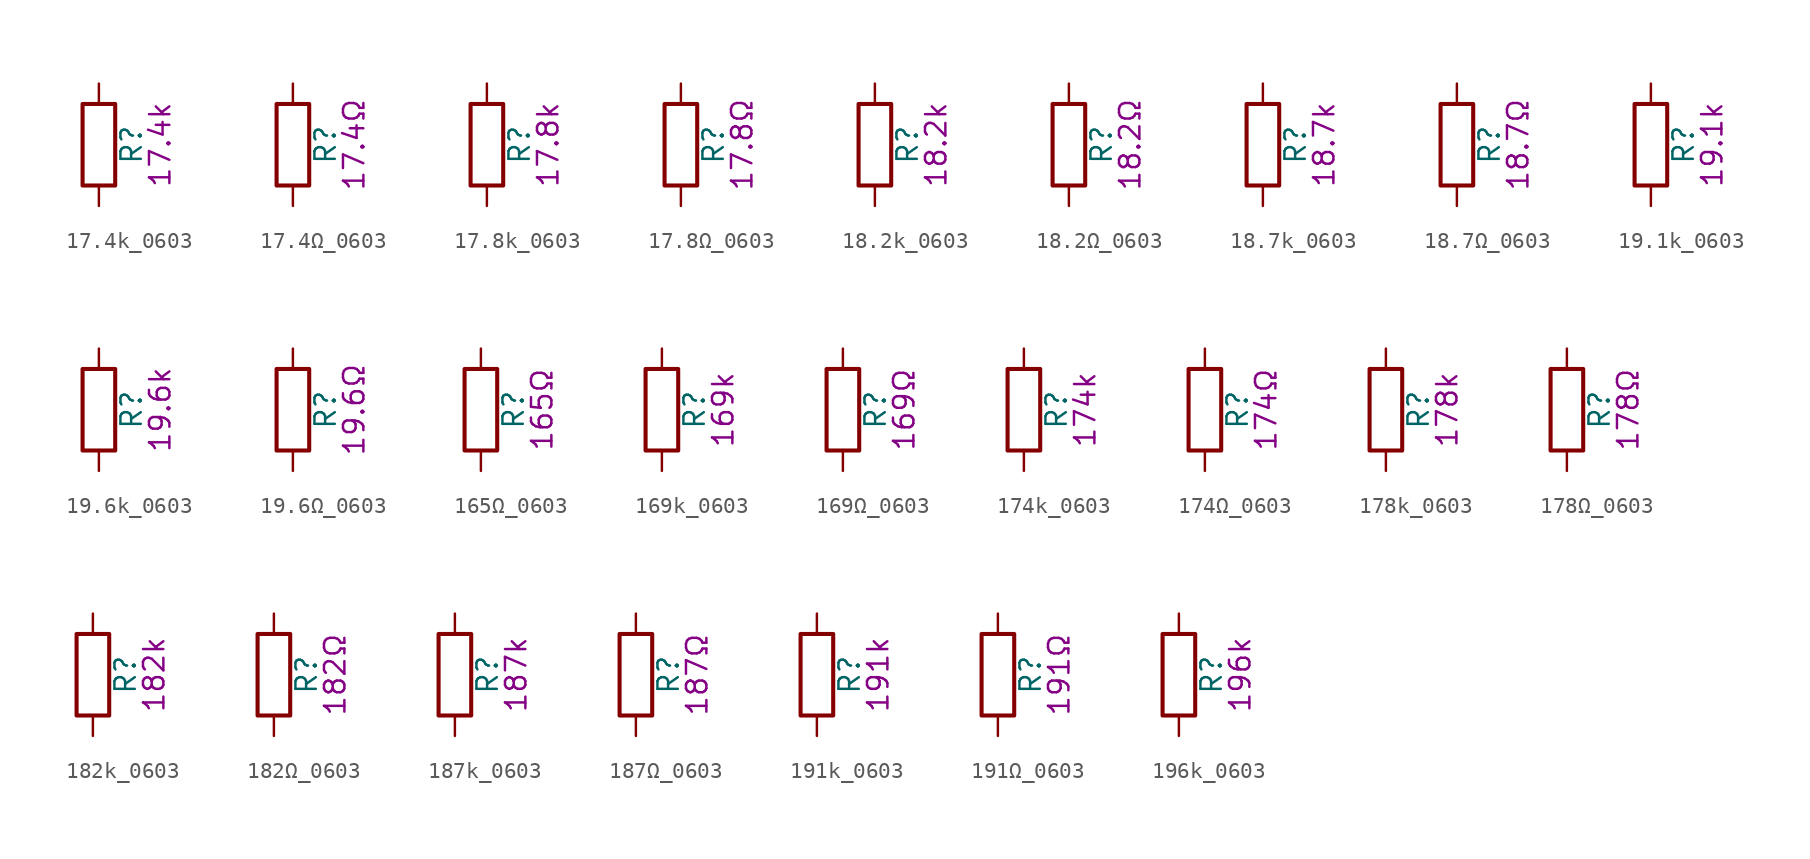
<source format=kicad_sym>
(kicad_symbol_lib
  (version 20211014)
  (generator kicad_symbol_editor)
  (symbol "17.4k_0603"
    (pin_numbers hide)
    (pin_names
      (offset 0))
    (property "Reference" "R"
      (at 2.032 0 90)
      (effects (font (size 1.27 1.27))))
    (property "Display" "17.4k"
      (at 3.81 0 90)
      (effects (font (size 1.27 1.27))))
    (symbol "17.4k_0603_0_1"
      (rectangle (start -1.016 -2.54) (end 1.016 2.54) (stroke (width 0.254) (type default) (color 0 0 0 0)) (fill (type none))))
    (symbol "17.4k_0603_1_1"
      (pin passive line (at 0 3.81 270) (length 1.27) (name "~" (effects (font (size 1.27 1.27)))) (number "1" (effects (font (size 1.27 1.27)))))
      (pin passive line (at 0 -3.81 90) (length 1.27) (name "~" (effects (font (size 1.27 1.27)))) (number "2" (effects (font (size 1.27 1.27)))))))
  (symbol "17.4Ω_0603"
    (pin_numbers hide)
    (pin_names
      (offset 0))
    (property "Reference" "R"
      (at 2.032 0 90)
      (effects (font (size 1.27 1.27))))
    (property "Display" "17.4Ω"
      (at 3.81 0 90)
      (effects (font (size 1.27 1.27))))
    (symbol "17.4Ω_0603_0_1"
      (rectangle (start -1.016 -2.54) (end 1.016 2.54) (stroke (width 0.254) (type default) (color 0 0 0 0)) (fill (type none))))
    (symbol "17.4Ω_0603_1_1"
      (pin passive line (at 0 3.81 270) (length 1.27) (name "~" (effects (font (size 1.27 1.27)))) (number "1" (effects (font (size 1.27 1.27)))))
      (pin passive line (at 0 -3.81 90) (length 1.27) (name "~" (effects (font (size 1.27 1.27)))) (number "2" (effects (font (size 1.27 1.27)))))))
  (symbol "17.8k_0603"
    (pin_numbers hide)
    (pin_names
      (offset 0))
    (property "Reference" "R"
      (at 2.032 0 90)
      (effects (font (size 1.27 1.27))))
    (property "Display" "17.8k"
      (at 3.81 0 90)
      (effects (font (size 1.27 1.27))))
    (symbol "17.8k_0603_0_1"
      (rectangle (start -1.016 -2.54) (end 1.016 2.54) (stroke (width 0.254) (type default) (color 0 0 0 0)) (fill (type none))))
    (symbol "17.8k_0603_1_1"
      (pin passive line (at 0 3.81 270) (length 1.27) (name "~" (effects (font (size 1.27 1.27)))) (number "1" (effects (font (size 1.27 1.27)))))
      (pin passive line (at 0 -3.81 90) (length 1.27) (name "~" (effects (font (size 1.27 1.27)))) (number "2" (effects (font (size 1.27 1.27)))))))
  (symbol "17.8Ω_0603"
    (pin_numbers hide)
    (pin_names
      (offset 0))
    (property "Reference" "R"
      (at 2.032 0 90)
      (effects (font (size 1.27 1.27))))
    (property "Display" "17.8Ω"
      (at 3.81 0 90)
      (effects (font (size 1.27 1.27))))
    (symbol "17.8Ω_0603_0_1"
      (rectangle (start -1.016 -2.54) (end 1.016 2.54) (stroke (width 0.254) (type default) (color 0 0 0 0)) (fill (type none))))
    (symbol "17.8Ω_0603_1_1"
      (pin passive line (at 0 3.81 270) (length 1.27) (name "~" (effects (font (size 1.27 1.27)))) (number "1" (effects (font (size 1.27 1.27)))))
      (pin passive line (at 0 -3.81 90) (length 1.27) (name "~" (effects (font (size 1.27 1.27)))) (number "2" (effects (font (size 1.27 1.27)))))))
  (symbol "18.2k_0603"
    (pin_numbers hide)
    (pin_names
      (offset 0))
    (property "Reference" "R"
      (at 2.032 0 90)
      (effects (font (size 1.27 1.27))))
    (property "Display" "18.2k"
      (at 3.81 0 90)
      (effects (font (size 1.27 1.27))))
    (symbol "18.2k_0603_0_1"
      (rectangle (start -1.016 -2.54) (end 1.016 2.54) (stroke (width 0.254) (type default) (color 0 0 0 0)) (fill (type none))))
    (symbol "18.2k_0603_1_1"
      (pin passive line (at 0 3.81 270) (length 1.27) (name "~" (effects (font (size 1.27 1.27)))) (number "1" (effects (font (size 1.27 1.27)))))
      (pin passive line (at 0 -3.81 90) (length 1.27) (name "~" (effects (font (size 1.27 1.27)))) (number "2" (effects (font (size 1.27 1.27)))))))
  (symbol "18.2Ω_0603"
    (pin_numbers hide)
    (pin_names
      (offset 0))
    (property "Reference" "R"
      (at 2.032 0 90)
      (effects (font (size 1.27 1.27))))
    (property "Display" "18.2Ω"
      (at 3.81 0 90)
      (effects (font (size 1.27 1.27))))
    (symbol "18.2Ω_0603_0_1"
      (rectangle (start -1.016 -2.54) (end 1.016 2.54) (stroke (width 0.254) (type default) (color 0 0 0 0)) (fill (type none))))
    (symbol "18.2Ω_0603_1_1"
      (pin passive line (at 0 3.81 270) (length 1.27) (name "~" (effects (font (size 1.27 1.27)))) (number "1" (effects (font (size 1.27 1.27)))))
      (pin passive line (at 0 -3.81 90) (length 1.27) (name "~" (effects (font (size 1.27 1.27)))) (number "2" (effects (font (size 1.27 1.27)))))))
  (symbol "18.7k_0603"
    (pin_numbers hide)
    (pin_names
      (offset 0))
    (property "Reference" "R"
      (at 2.032 0 90)
      (effects (font (size 1.27 1.27))))
    (property "Display" "18.7k"
      (at 3.81 0 90)
      (effects (font (size 1.27 1.27))))
    (symbol "18.7k_0603_0_1"
      (rectangle (start -1.016 -2.54) (end 1.016 2.54) (stroke (width 0.254) (type default) (color 0 0 0 0)) (fill (type none))))
    (symbol "18.7k_0603_1_1"
      (pin passive line (at 0 3.81 270) (length 1.27) (name "~" (effects (font (size 1.27 1.27)))) (number "1" (effects (font (size 1.27 1.27)))))
      (pin passive line (at 0 -3.81 90) (length 1.27) (name "~" (effects (font (size 1.27 1.27)))) (number "2" (effects (font (size 1.27 1.27)))))))
  (symbol "18.7Ω_0603"
    (pin_numbers hide)
    (pin_names
      (offset 0))
    (property "Reference" "R"
      (at 2.032 0 90)
      (effects (font (size 1.27 1.27))))
    (property "Display" "18.7Ω"
      (at 3.81 0 90)
      (effects (font (size 1.27 1.27))))
    (symbol "18.7Ω_0603_0_1"
      (rectangle (start -1.016 -2.54) (end 1.016 2.54) (stroke (width 0.254) (type default) (color 0 0 0 0)) (fill (type none))))
    (symbol "18.7Ω_0603_1_1"
      (pin passive line (at 0 3.81 270) (length 1.27) (name "~" (effects (font (size 1.27 1.27)))) (number "1" (effects (font (size 1.27 1.27)))))
      (pin passive line (at 0 -3.81 90) (length 1.27) (name "~" (effects (font (size 1.27 1.27)))) (number "2" (effects (font (size 1.27 1.27)))))))
  (symbol "19.1k_0603"
    (pin_numbers hide)
    (pin_names
      (offset 0))
    (property "Reference" "R"
      (at 2.032 0 90)
      (effects (font (size 1.27 1.27))))
    (property "Display" "19.1k"
      (at 3.81 0 90)
      (effects (font (size 1.27 1.27))))
    (symbol "19.1k_0603_0_1"
      (rectangle (start -1.016 -2.54) (end 1.016 2.54) (stroke (width 0.254) (type default) (color 0 0 0 0)) (fill (type none))))
    (symbol "19.1k_0603_1_1"
      (pin passive line (at 0 3.81 270) (length 1.27) (name "~" (effects (font (size 1.27 1.27)))) (number "1" (effects (font (size 1.27 1.27)))))
      (pin passive line (at 0 -3.81 90) (length 1.27) (name "~" (effects (font (size 1.27 1.27)))) (number "2" (effects (font (size 1.27 1.27)))))))
  (symbol "19.6k_0603"
    (pin_numbers hide)
    (pin_names
      (offset 0))
    (property "Reference" "R"
      (at 2.032 0 90)
      (effects (font (size 1.27 1.27))))
    (property "Display" "19.6k"
      (at 3.81 0 90)
      (effects (font (size 1.27 1.27))))
    (symbol "19.6k_0603_0_1"
      (rectangle (start -1.016 -2.54) (end 1.016 2.54) (stroke (width 0.254) (type default) (color 0 0 0 0)) (fill (type none))))
    (symbol "19.6k_0603_1_1"
      (pin passive line (at 0 3.81 270) (length 1.27) (name "~" (effects (font (size 1.27 1.27)))) (number "1" (effects (font (size 1.27 1.27)))))
      (pin passive line (at 0 -3.81 90) (length 1.27) (name "~" (effects (font (size 1.27 1.27)))) (number "2" (effects (font (size 1.27 1.27)))))))
  (symbol "19.6Ω_0603"
    (pin_numbers hide)
    (pin_names
      (offset 0))
    (property "Reference" "R"
      (at 2.032 0 90)
      (effects (font (size 1.27 1.27))))
    (property "Display" "19.6Ω"
      (at 3.81 0 90)
      (effects (font (size 1.27 1.27))))
    (symbol "19.6Ω_0603_0_1"
      (rectangle (start -1.016 -2.54) (end 1.016 2.54) (stroke (width 0.254) (type default) (color 0 0 0 0)) (fill (type none))))
    (symbol "19.6Ω_0603_1_1"
      (pin passive line (at 0 3.81 270) (length 1.27) (name "~" (effects (font (size 1.27 1.27)))) (number "1" (effects (font (size 1.27 1.27)))))
      (pin passive line (at 0 -3.81 90) (length 1.27) (name "~" (effects (font (size 1.27 1.27)))) (number "2" (effects (font (size 1.27 1.27)))))))
  (symbol "165Ω_0603"
    (pin_numbers hide)
    (pin_names
      (offset 0))
    (property "Reference" "R"
      (at 2.032 0 90)
      (effects (font (size 1.27 1.27))))
    (property "Display" "165Ω"
      (at 3.81 0 90)
      (effects (font (size 1.27 1.27))))
    (symbol "165Ω_0603_0_1"
      (rectangle (start -1.016 -2.54) (end 1.016 2.54) (stroke (width 0.254) (type default) (color 0 0 0 0)) (fill (type none))))
    (symbol "165Ω_0603_1_1"
      (pin passive line (at 0 3.81 270) (length 1.27) (name "~" (effects (font (size 1.27 1.27)))) (number "1" (effects (font (size 1.27 1.27)))))
      (pin passive line (at 0 -3.81 90) (length 1.27) (name "~" (effects (font (size 1.27 1.27)))) (number "2" (effects (font (size 1.27 1.27)))))))
  (symbol "169k_0603"
    (pin_numbers hide)
    (pin_names
      (offset 0))
    (property "Reference" "R"
      (at 2.032 0 90)
      (effects (font (size 1.27 1.27))))
    (property "Display" "169k"
      (at 3.81 0 90)
      (effects (font (size 1.27 1.27))))
    (symbol "169k_0603_0_1"
      (rectangle (start -1.016 -2.54) (end 1.016 2.54) (stroke (width 0.254) (type default) (color 0 0 0 0)) (fill (type none))))
    (symbol "169k_0603_1_1"
      (pin passive line (at 0 3.81 270) (length 1.27) (name "~" (effects (font (size 1.27 1.27)))) (number "1" (effects (font (size 1.27 1.27)))))
      (pin passive line (at 0 -3.81 90) (length 1.27) (name "~" (effects (font (size 1.27 1.27)))) (number "2" (effects (font (size 1.27 1.27)))))))
  (symbol "169Ω_0603"
    (pin_numbers hide)
    (pin_names
      (offset 0))
    (property "Reference" "R"
      (at 2.032 0 90)
      (effects (font (size 1.27 1.27))))
    (property "Display" "169Ω"
      (at 3.81 0 90)
      (effects (font (size 1.27 1.27))))
    (symbol "169Ω_0603_0_1"
      (rectangle (start -1.016 -2.54) (end 1.016 2.54) (stroke (width 0.254) (type default) (color 0 0 0 0)) (fill (type none))))
    (symbol "169Ω_0603_1_1"
      (pin passive line (at 0 3.81 270) (length 1.27) (name "~" (effects (font (size 1.27 1.27)))) (number "1" (effects (font (size 1.27 1.27)))))
      (pin passive line (at 0 -3.81 90) (length 1.27) (name "~" (effects (font (size 1.27 1.27)))) (number "2" (effects (font (size 1.27 1.27)))))))
  (symbol "174k_0603"
    (pin_numbers hide)
    (pin_names
      (offset 0))
    (property "Reference" "R"
      (at 2.032 0 90)
      (effects (font (size 1.27 1.27))))
    (property "Display" "174k"
      (at 3.81 0 90)
      (effects (font (size 1.27 1.27))))
    (symbol "174k_0603_0_1"
      (rectangle (start -1.016 -2.54) (end 1.016 2.54) (stroke (width 0.254) (type default) (color 0 0 0 0)) (fill (type none))))
    (symbol "174k_0603_1_1"
      (pin passive line (at 0 3.81 270) (length 1.27) (name "~" (effects (font (size 1.27 1.27)))) (number "1" (effects (font (size 1.27 1.27)))))
      (pin passive line (at 0 -3.81 90) (length 1.27) (name "~" (effects (font (size 1.27 1.27)))) (number "2" (effects (font (size 1.27 1.27)))))))
  (symbol "174Ω_0603"
    (pin_numbers hide)
    (pin_names
      (offset 0))
    (property "Reference" "R"
      (at 2.032 0 90)
      (effects (font (size 1.27 1.27))))
    (property "Display" "174Ω"
      (at 3.81 0 90)
      (effects (font (size 1.27 1.27))))
    (symbol "174Ω_0603_0_1"
      (rectangle (start -1.016 -2.54) (end 1.016 2.54) (stroke (width 0.254) (type default) (color 0 0 0 0)) (fill (type none))))
    (symbol "174Ω_0603_1_1"
      (pin passive line (at 0 3.81 270) (length 1.27) (name "~" (effects (font (size 1.27 1.27)))) (number "1" (effects (font (size 1.27 1.27)))))
      (pin passive line (at 0 -3.81 90) (length 1.27) (name "~" (effects (font (size 1.27 1.27)))) (number "2" (effects (font (size 1.27 1.27)))))))
  (symbol "178k_0603"
    (pin_numbers hide)
    (pin_names
      (offset 0))
    (property "Reference" "R"
      (at 2.032 0 90)
      (effects (font (size 1.27 1.27))))
    (property "Display" "178k"
      (at 3.81 0 90)
      (effects (font (size 1.27 1.27))))
    (symbol "178k_0603_0_1"
      (rectangle (start -1.016 -2.54) (end 1.016 2.54) (stroke (width 0.254) (type default) (color 0 0 0 0)) (fill (type none))))
    (symbol "178k_0603_1_1"
      (pin passive line (at 0 3.81 270) (length 1.27) (name "~" (effects (font (size 1.27 1.27)))) (number "1" (effects (font (size 1.27 1.27)))))
      (pin passive line (at 0 -3.81 90) (length 1.27) (name "~" (effects (font (size 1.27 1.27)))) (number "2" (effects (font (size 1.27 1.27)))))))
  (symbol "178Ω_0603"
    (pin_numbers hide)
    (pin_names
      (offset 0))
    (property "Reference" "R"
      (at 2.032 0 90)
      (effects (font (size 1.27 1.27))))
    (property "Display" "178Ω"
      (at 3.81 0 90)
      (effects (font (size 1.27 1.27))))
    (symbol "178Ω_0603_0_1"
      (rectangle (start -1.016 -2.54) (end 1.016 2.54) (stroke (width 0.254) (type default) (color 0 0 0 0)) (fill (type none))))
    (symbol "178Ω_0603_1_1"
      (pin passive line (at 0 3.81 270) (length 1.27) (name "~" (effects (font (size 1.27 1.27)))) (number "1" (effects (font (size 1.27 1.27)))))
      (pin passive line (at 0 -3.81 90) (length 1.27) (name "~" (effects (font (size 1.27 1.27)))) (number "2" (effects (font (size 1.27 1.27)))))))
  (symbol "182k_0603"
    (pin_numbers hide)
    (pin_names
      (offset 0))
    (property "Reference" "R"
      (at 2.032 0 90)
      (effects (font (size 1.27 1.27))))
    (property "Display" "182k"
      (at 3.81 0 90)
      (effects (font (size 1.27 1.27))))
    (symbol "182k_0603_0_1"
      (rectangle (start -1.016 -2.54) (end 1.016 2.54) (stroke (width 0.254) (type default) (color 0 0 0 0)) (fill (type none))))
    (symbol "182k_0603_1_1"
      (pin passive line (at 0 3.81 270) (length 1.27) (name "~" (effects (font (size 1.27 1.27)))) (number "1" (effects (font (size 1.27 1.27)))))
      (pin passive line (at 0 -3.81 90) (length 1.27) (name "~" (effects (font (size 1.27 1.27)))) (number "2" (effects (font (size 1.27 1.27)))))))
  (symbol "182Ω_0603"
    (pin_numbers hide)
    (pin_names
      (offset 0))
    (property "Reference" "R"
      (at 2.032 0 90)
      (effects (font (size 1.27 1.27))))
    (property "Display" "182Ω"
      (at 3.81 0 90)
      (effects (font (size 1.27 1.27))))
    (symbol "182Ω_0603_0_1"
      (rectangle (start -1.016 -2.54) (end 1.016 2.54) (stroke (width 0.254) (type default) (color 0 0 0 0)) (fill (type none))))
    (symbol "182Ω_0603_1_1"
      (pin passive line (at 0 3.81 270) (length 1.27) (name "~" (effects (font (size 1.27 1.27)))) (number "1" (effects (font (size 1.27 1.27)))))
      (pin passive line (at 0 -3.81 90) (length 1.27) (name "~" (effects (font (size 1.27 1.27)))) (number "2" (effects (font (size 1.27 1.27)))))))
  (symbol "187k_0603"
    (pin_numbers hide)
    (pin_names
      (offset 0))
    (property "Reference" "R"
      (at 2.032 0 90)
      (effects (font (size 1.27 1.27))))
    (property "Display" "187k"
      (at 3.81 0 90)
      (effects (font (size 1.27 1.27))))
    (symbol "187k_0603_0_1"
      (rectangle (start -1.016 -2.54) (end 1.016 2.54) (stroke (width 0.254) (type default) (color 0 0 0 0)) (fill (type none))))
    (symbol "187k_0603_1_1"
      (pin passive line (at 0 3.81 270) (length 1.27) (name "~" (effects (font (size 1.27 1.27)))) (number "1" (effects (font (size 1.27 1.27)))))
      (pin passive line (at 0 -3.81 90) (length 1.27) (name "~" (effects (font (size 1.27 1.27)))) (number "2" (effects (font (size 1.27 1.27)))))))
  (symbol "187Ω_0603"
    (pin_numbers hide)
    (pin_names
      (offset 0))
    (property "Reference" "R"
      (at 2.032 0 90)
      (effects (font (size 1.27 1.27))))
    (property "Display" "187Ω"
      (at 3.81 0 90)
      (effects (font (size 1.27 1.27))))
    (symbol "187Ω_0603_0_1"
      (rectangle (start -1.016 -2.54) (end 1.016 2.54) (stroke (width 0.254) (type default) (color 0 0 0 0)) (fill (type none))))
    (symbol "187Ω_0603_1_1"
      (pin passive line (at 0 3.81 270) (length 1.27) (name "~" (effects (font (size 1.27 1.27)))) (number "1" (effects (font (size 1.27 1.27)))))
      (pin passive line (at 0 -3.81 90) (length 1.27) (name "~" (effects (font (size 1.27 1.27)))) (number "2" (effects (font (size 1.27 1.27)))))))
  (symbol "191k_0603"
    (pin_numbers hide)
    (pin_names
      (offset 0))
    (property "Reference" "R"
      (at 2.032 0 90)
      (effects (font (size 1.27 1.27))))
    (property "Display" "191k"
      (at 3.81 0 90)
      (effects (font (size 1.27 1.27))))
    (symbol "191k_0603_0_1"
      (rectangle (start -1.016 -2.54) (end 1.016 2.54) (stroke (width 0.254) (type default) (color 0 0 0 0)) (fill (type none))))
    (symbol "191k_0603_1_1"
      (pin passive line (at 0 3.81 270) (length 1.27) (name "~" (effects (font (size 1.27 1.27)))) (number "1" (effects (font (size 1.27 1.27)))))
      (pin passive line (at 0 -3.81 90) (length 1.27) (name "~" (effects (font (size 1.27 1.27)))) (number "2" (effects (font (size 1.27 1.27)))))))
  (symbol "191Ω_0603"
    (pin_numbers hide)
    (pin_names
      (offset 0))
    (property "Reference" "R"
      (at 2.032 0 90)
      (effects (font (size 1.27 1.27))))
    (property "Display" "191Ω"
      (at 3.81 0 90)
      (effects (font (size 1.27 1.27))))
    (symbol "191Ω_0603_0_1"
      (rectangle (start -1.016 -2.54) (end 1.016 2.54) (stroke (width 0.254) (type default) (color 0 0 0 0)) (fill (type none))))
    (symbol "191Ω_0603_1_1"
      (pin passive line (at 0 3.81 270) (length 1.27) (name "~" (effects (font (size 1.27 1.27)))) (number "1" (effects (font (size 1.27 1.27)))))
      (pin passive line (at 0 -3.81 90) (length 1.27) (name "~" (effects (font (size 1.27 1.27)))) (number "2" (effects (font (size 1.27 1.27)))))))
  (symbol "196k_0603"
    (pin_numbers hide)
    (pin_names
      (offset 0))
    (property "Reference" "R"
      (at 2.032 0 90)
      (effects (font (size 1.27 1.27))))
    (property "Display" "196k"
      (at 3.81 0 90)
      (effects (font (size 1.27 1.27))))
    (symbol "196k_0603_0_1"
      (rectangle (start -1.016 -2.54) (end 1.016 2.54) (stroke (width 0.254) (type default) (color 0 0 0 0)) (fill (type none))))
    (symbol "196k_0603_1_1"
      (pin passive line (at 0 3.81 270) (length 1.27) (name "~" (effects (font (size 1.27 1.27)))) (number "1" (effects (font (size 1.27 1.27)))))
      (pin passive line (at 0 -3.81 90) (length 1.27) (name "~" (effects (font (size 1.27 1.27)))) (number "2" (effects (font (size 1.27 1.27))))))))
</source>
